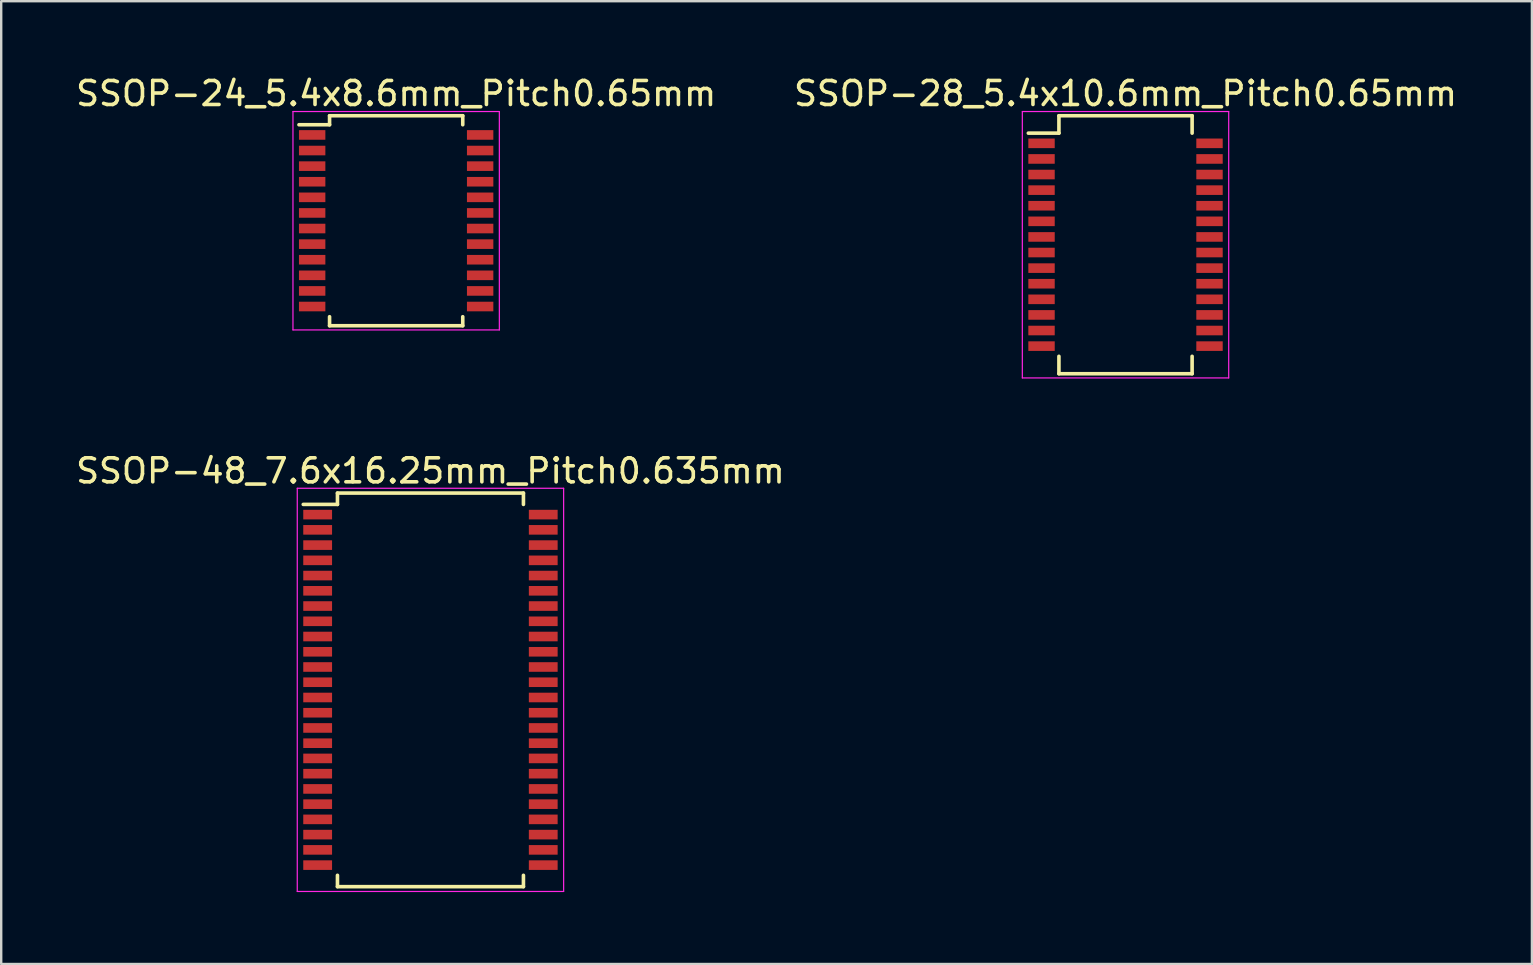
<source format=kicad_pcb>
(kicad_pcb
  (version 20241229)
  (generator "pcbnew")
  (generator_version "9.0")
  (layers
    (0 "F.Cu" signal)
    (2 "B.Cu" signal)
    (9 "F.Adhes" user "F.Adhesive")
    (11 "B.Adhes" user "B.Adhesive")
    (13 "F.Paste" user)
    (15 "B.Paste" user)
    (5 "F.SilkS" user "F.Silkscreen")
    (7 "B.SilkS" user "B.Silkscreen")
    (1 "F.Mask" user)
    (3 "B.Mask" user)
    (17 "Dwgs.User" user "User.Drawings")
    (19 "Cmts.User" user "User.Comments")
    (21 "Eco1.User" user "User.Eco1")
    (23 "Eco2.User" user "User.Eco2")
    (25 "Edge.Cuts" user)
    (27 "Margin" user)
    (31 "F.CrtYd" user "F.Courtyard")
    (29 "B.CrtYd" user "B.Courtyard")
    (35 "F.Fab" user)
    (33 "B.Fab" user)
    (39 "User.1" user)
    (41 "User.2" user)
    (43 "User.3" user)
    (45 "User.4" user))
  (footprint "SSOP-24_5.4x8.6mm_Pitch0.65mm"
    (layer "F.Cu")
    (at 13.458 6.148)
    (property "Reference" "SSOP-24_5.4x8.6mm_Pitch0.65mm" (at 0 -5.3 0) (layer "F.SilkS") (effects (font (size 1 1) (thickness 0.15))))
    (attr smd)
    (fp_line (start -2.775 -4.375) (end -2.775 -4) (stroke (width 0.15) (type solid)) (layer "F.SilkS"))
    (fp_line (start -2.775 -4.375) (end 2.775 -4.375) (stroke (width 0.15) (type solid)) (layer "F.SilkS"))
    (fp_line (start -2.775 -4) (end -4.05 -4) (stroke (width 0.15) (type solid)) (layer "F.SilkS"))
    (fp_line (start -2.775 4.375) (end -2.775 4) (stroke (width 0.15) (type solid)) (layer "F.SilkS"))
    (fp_line (start -2.775 4.375) (end 2.775 4.375) (stroke (width 0.15) (type solid)) (layer "F.SilkS"))
    (fp_line (start 2.775 -4.375) (end 2.775 -4) (stroke (width 0.15) (type solid)) (layer "F.SilkS"))
    (fp_line (start 2.775 4.375) (end 2.775 4) (stroke (width 0.15) (type solid)) (layer "F.SilkS"))
    (fp_line (start -4.3 -4.55) (end -4.3 4.55) (stroke (width 0.05) (type solid)) (layer "F.CrtYd"))
    (fp_line (start -4.3 -4.55) (end 4.3 -4.55) (stroke (width 0.05) (type solid)) (layer "F.CrtYd"))
    (fp_line (start -4.3 4.55) (end 4.3 4.55) (stroke (width 0.05) (type solid)) (layer "F.CrtYd"))
    (fp_line (start 4.3 -4.55) (end 4.3 4.55) (stroke (width 0.05) (type solid)) (layer "F.CrtYd"))
    (pad "1" smd rect (at -3.5 -3.575) (size 1.1 0.4) (layers "F.Cu" "F.Mask" "F.Paste"))
    (pad "2" smd rect (at -3.5 -2.925) (size 1.1 0.4) (layers "F.Cu" "F.Mask" "F.Paste"))
    (pad "3" smd rect (at -3.5 -2.275) (size 1.1 0.4) (layers "F.Cu" "F.Mask" "F.Paste"))
    (pad "4" smd rect (at -3.5 -1.625) (size 1.1 0.4) (layers "F.Cu" "F.Mask" "F.Paste"))
    (pad "5" smd rect (at -3.5 -0.975) (size 1.1 0.4) (layers "F.Cu" "F.Mask" "F.Paste"))
    (pad "6" smd rect (at -3.5 -0.325) (size 1.1 0.4) (layers "F.Cu" "F.Mask" "F.Paste"))
    (pad "7" smd rect (at -3.5 0.325) (size 1.1 0.4) (layers "F.Cu" "F.Mask" "F.Paste"))
    (pad "8" smd rect (at -3.5 0.975) (size 1.1 0.4) (layers "F.Cu" "F.Mask" "F.Paste"))
    (pad "9" smd rect (at -3.5 1.625) (size 1.1 0.4) (layers "F.Cu" "F.Mask" "F.Paste"))
    (pad "10" smd rect (at -3.5 2.275) (size 1.1 0.4) (layers "F.Cu" "F.Mask" "F.Paste"))
    (pad "11" smd rect (at -3.5 2.925) (size 1.1 0.4) (layers "F.Cu" "F.Mask" "F.Paste"))
    (pad "12" smd rect (at -3.5 3.575) (size 1.1 0.4) (layers "F.Cu" "F.Mask" "F.Paste"))
    (pad "13" smd rect (at 3.5 3.575) (size 1.1 0.4) (layers "F.Cu" "F.Mask" "F.Paste"))
    (pad "14" smd rect (at 3.5 2.925) (size 1.1 0.4) (layers "F.Cu" "F.Mask" "F.Paste"))
    (pad "15" smd rect (at 3.5 2.275) (size 1.1 0.4) (layers "F.Cu" "F.Mask" "F.Paste"))
    (pad "16" smd rect (at 3.5 1.625) (size 1.1 0.4) (layers "F.Cu" "F.Mask" "F.Paste"))
    (pad "17" smd rect (at 3.5 0.975) (size 1.1 0.4) (layers "F.Cu" "F.Mask" "F.Paste"))
    (pad "18" smd rect (at 3.5 0.325) (size 1.1 0.4) (layers "F.Cu" "F.Mask" "F.Paste"))
    (pad "19" smd rect (at 3.5 -0.325) (size 1.1 0.4) (layers "F.Cu" "F.Mask" "F.Paste"))
    (pad "20" smd rect (at 3.5 -0.975) (size 1.1 0.4) (layers "F.Cu" "F.Mask" "F.Paste"))
    (pad "21" smd rect (at 3.5 -1.625) (size 1.1 0.4) (layers "F.Cu" "F.Mask" "F.Paste"))
    (pad "22" smd rect (at 3.5 -2.275) (size 1.1 0.4) (layers "F.Cu" "F.Mask" "F.Paste"))
    (pad "23" smd rect (at 3.5 -2.925) (size 1.1 0.4) (layers "F.Cu" "F.Mask" "F.Paste"))
    (pad "24" smd rect (at 3.5 -3.575) (size 1.1 0.4) (layers "F.Cu" "F.Mask" "F.Paste")))
  (footprint "SSOP-28_5.4x10.6mm_Pitch0.65mm"
    (layer "F.Cu")
    (at 43.851 7.148)
    (property "Reference" "SSOP-28_5.4x10.6mm_Pitch0.65mm" (at 0 -6.3 0) (layer "F.SilkS") (effects (font (size 1 1) (thickness 0.15))))
    (attr smd)
    (fp_line (start -2.775 -5.375) (end -2.775 -4.65) (stroke (width 0.15) (type solid)) (layer "F.SilkS"))
    (fp_line (start -2.775 -5.375) (end 2.775 -5.375) (stroke (width 0.15) (type solid)) (layer "F.SilkS"))
    (fp_line (start -2.775 -4.65) (end -4.05 -4.65) (stroke (width 0.15) (type solid)) (layer "F.SilkS"))
    (fp_line (start -2.775 5.375) (end -2.775 4.65) (stroke (width 0.15) (type solid)) (layer "F.SilkS"))
    (fp_line (start -2.775 5.375) (end 2.775 5.375) (stroke (width 0.15) (type solid)) (layer "F.SilkS"))
    (fp_line (start 2.775 -5.375) (end 2.775 -4.65) (stroke (width 0.15) (type solid)) (layer "F.SilkS"))
    (fp_line (start 2.775 5.375) (end 2.775 4.65) (stroke (width 0.15) (type solid)) (layer "F.SilkS"))
    (fp_line (start -4.3 -5.55) (end -4.3 5.55) (stroke (width 0.05) (type solid)) (layer "F.CrtYd"))
    (fp_line (start -4.3 -5.55) (end 4.3 -5.55) (stroke (width 0.05) (type solid)) (layer "F.CrtYd"))
    (fp_line (start -4.3 5.55) (end 4.3 5.55) (stroke (width 0.05) (type solid)) (layer "F.CrtYd"))
    (fp_line (start 4.3 -5.55) (end 4.3 5.55) (stroke (width 0.05) (type solid)) (layer "F.CrtYd"))
    (pad "1" smd rect (at -3.5 -4.225) (size 1.1 0.4) (layers "F.Cu" "F.Mask" "F.Paste"))
    (pad "2" smd rect (at -3.5 -3.575) (size 1.1 0.4) (layers "F.Cu" "F.Mask" "F.Paste"))
    (pad "3" smd rect (at -3.5 -2.925) (size 1.1 0.4) (layers "F.Cu" "F.Mask" "F.Paste"))
    (pad "4" smd rect (at -3.5 -2.275) (size 1.1 0.4) (layers "F.Cu" "F.Mask" "F.Paste"))
    (pad "5" smd rect (at -3.5 -1.625) (size 1.1 0.4) (layers "F.Cu" "F.Mask" "F.Paste"))
    (pad "6" smd rect (at -3.5 -0.975) (size 1.1 0.4) (layers "F.Cu" "F.Mask" "F.Paste"))
    (pad "7" smd rect (at -3.5 -0.325) (size 1.1 0.4) (layers "F.Cu" "F.Mask" "F.Paste"))
    (pad "8" smd rect (at -3.5 0.325) (size 1.1 0.4) (layers "F.Cu" "F.Mask" "F.Paste"))
    (pad "9" smd rect (at -3.5 0.975) (size 1.1 0.4) (layers "F.Cu" "F.Mask" "F.Paste"))
    (pad "10" smd rect (at -3.5 1.625) (size 1.1 0.4) (layers "F.Cu" "F.Mask" "F.Paste"))
    (pad "11" smd rect (at -3.5 2.275) (size 1.1 0.4) (layers "F.Cu" "F.Mask" "F.Paste"))
    (pad "12" smd rect (at -3.5 2.925) (size 1.1 0.4) (layers "F.Cu" "F.Mask" "F.Paste"))
    (pad "13" smd rect (at -3.5 3.575) (size 1.1 0.4) (layers "F.Cu" "F.Mask" "F.Paste"))
    (pad "14" smd rect (at -3.5 4.225) (size 1.1 0.4) (layers "F.Cu" "F.Mask" "F.Paste"))
    (pad "15" smd rect (at 3.5 4.225) (size 1.1 0.4) (layers "F.Cu" "F.Mask" "F.Paste"))
    (pad "16" smd rect (at 3.5 3.575) (size 1.1 0.4) (layers "F.Cu" "F.Mask" "F.Paste"))
    (pad "17" smd rect (at 3.5 2.925) (size 1.1 0.4) (layers "F.Cu" "F.Mask" "F.Paste"))
    (pad "18" smd rect (at 3.5 2.275) (size 1.1 0.4) (layers "F.Cu" "F.Mask" "F.Paste"))
    (pad "19" smd rect (at 3.5 1.625) (size 1.1 0.4) (layers "F.Cu" "F.Mask" "F.Paste"))
    (pad "20" smd rect (at 3.5 0.975) (size 1.1 0.4) (layers "F.Cu" "F.Mask" "F.Paste"))
    (pad "21" smd rect (at 3.5 0.325) (size 1.1 0.4) (layers "F.Cu" "F.Mask" "F.Paste"))
    (pad "22" smd rect (at 3.5 -0.325) (size 1.1 0.4) (layers "F.Cu" "F.Mask" "F.Paste"))
    (pad "23" smd rect (at 3.5 -0.975) (size 1.1 0.4) (layers "F.Cu" "F.Mask" "F.Paste"))
    (pad "24" smd rect (at 3.5 -1.625) (size 1.1 0.4) (layers "F.Cu" "F.Mask" "F.Paste"))
    (pad "25" smd rect (at 3.5 -2.275) (size 1.1 0.4) (layers "F.Cu" "F.Mask" "F.Paste"))
    (pad "26" smd rect (at 3.5 -2.925) (size 1.1 0.4) (layers "F.Cu" "F.Mask" "F.Paste"))
    (pad "27" smd rect (at 3.5 -3.575) (size 1.1 0.4) (layers "F.Cu" "F.Mask" "F.Paste"))
    (pad "28" smd rect (at 3.5 -4.225) (size 1.1 0.4) (layers "F.Cu" "F.Mask" "F.Paste")))
  (footprint "SSOP-48_7.6x16.25mm_Pitch0.635mm"
    (layer "F.Cu")
    (at 14.887 25.697)
    (property "Reference" "SSOP-48_7.6x16.25mm_Pitch0.635mm" (at 0 -9.125 0) (layer "F.SilkS") (effects (font (size 1 1) (thickness 0.15))))
    (attr smd)
    (fp_line (start -3.875 -8.2) (end -3.875 -7.728) (stroke (width 0.15) (type solid)) (layer "F.SilkS"))
    (fp_line (start -3.875 -8.2) (end 3.875 -8.2) (stroke (width 0.15) (type solid)) (layer "F.SilkS"))
    (fp_line (start -3.875 -7.728) (end -5.3 -7.728) (stroke (width 0.15) (type solid)) (layer "F.SilkS"))
    (fp_line (start -3.875 8.2) (end -3.875 7.728) (stroke (width 0.15) (type solid)) (layer "F.SilkS"))
    (fp_line (start -3.875 8.2) (end 3.875 8.2) (stroke (width 0.15) (type solid)) (layer "F.SilkS"))
    (fp_line (start 3.875 -8.2) (end 3.875 -7.728) (stroke (width 0.15) (type solid)) (layer "F.SilkS"))
    (fp_line (start 3.875 8.2) (end 3.875 7.728) (stroke (width 0.15) (type solid)) (layer "F.SilkS"))
    (fp_line (start -5.55 -8.4) (end -5.55 8.4) (stroke (width 0.05) (type solid)) (layer "F.CrtYd"))
    (fp_line (start -5.55 -8.4) (end 5.55 -8.4) (stroke (width 0.05) (type solid)) (layer "F.CrtYd"))
    (fp_line (start -5.55 8.4) (end 5.55 8.4) (stroke (width 0.05) (type solid)) (layer "F.CrtYd"))
    (fp_line (start 5.55 -8.4) (end 5.55 8.4) (stroke (width 0.05) (type solid)) (layer "F.CrtYd"))
    (pad "1" smd rect (at -4.7 -7.303) (size 1.2 0.4) (layers "F.Cu" "F.Mask" "F.Paste"))
    (pad "2" smd rect (at -4.7 -6.668) (size 1.2 0.4) (layers "F.Cu" "F.Mask" "F.Paste"))
    (pad "3" smd rect (at -4.7 -6.032) (size 1.2 0.4) (layers "F.Cu" "F.Mask" "F.Paste"))
    (pad "4" smd rect (at -4.7 -5.397) (size 1.2 0.4) (layers "F.Cu" "F.Mask" "F.Paste"))
    (pad "5" smd rect (at -4.7 -4.763) (size 1.2 0.4) (layers "F.Cu" "F.Mask" "F.Paste"))
    (pad "6" smd rect (at -4.7 -4.128) (size 1.2 0.4) (layers "F.Cu" "F.Mask" "F.Paste"))
    (pad "7" smd rect (at -4.7 -3.493) (size 1.2 0.4) (layers "F.Cu" "F.Mask" "F.Paste"))
    (pad "8" smd rect (at -4.7 -2.857) (size 1.2 0.4) (layers "F.Cu" "F.Mask" "F.Paste"))
    (pad "9" smd rect (at -4.7 -2.223) (size 1.2 0.4) (layers "F.Cu" "F.Mask" "F.Paste"))
    (pad "10" smd rect (at -4.7 -1.587) (size 1.2 0.4) (layers "F.Cu" "F.Mask" "F.Paste"))
    (pad "11" smd rect (at -4.7 -0.953) (size 1.2 0.4) (layers "F.Cu" "F.Mask" "F.Paste"))
    (pad "12" smd rect (at -4.7 -0.318) (size 1.2 0.4) (layers "F.Cu" "F.Mask" "F.Paste"))
    (pad "13" smd rect (at -4.7 0.318) (size 1.2 0.4) (layers "F.Cu" "F.Mask" "F.Paste"))
    (pad "14" smd rect (at -4.7 0.953) (size 1.2 0.4) (layers "F.Cu" "F.Mask" "F.Paste"))
    (pad "15" smd rect (at -4.7 1.587) (size 1.2 0.4) (layers "F.Cu" "F.Mask" "F.Paste"))
    (pad "16" smd rect (at -4.7 2.223) (size 1.2 0.4) (layers "F.Cu" "F.Mask" "F.Paste"))
    (pad "17" smd rect (at -4.7 2.857) (size 1.2 0.4) (layers "F.Cu" "F.Mask" "F.Paste"))
    (pad "18" smd rect (at -4.7 3.493) (size 1.2 0.4) (layers "F.Cu" "F.Mask" "F.Paste"))
    (pad "19" smd rect (at -4.7 4.128) (size 1.2 0.4) (layers "F.Cu" "F.Mask" "F.Paste"))
    (pad "20" smd rect (at -4.7 4.763) (size 1.2 0.4) (layers "F.Cu" "F.Mask" "F.Paste"))
    (pad "21" smd rect (at -4.7 5.397) (size 1.2 0.4) (layers "F.Cu" "F.Mask" "F.Paste"))
    (pad "22" smd rect (at -4.7 6.032) (size 1.2 0.4) (layers "F.Cu" "F.Mask" "F.Paste"))
    (pad "23" smd rect (at -4.7 6.668) (size 1.2 0.4) (layers "F.Cu" "F.Mask" "F.Paste"))
    (pad "24" smd rect (at -4.7 7.303) (size 1.2 0.4) (layers "F.Cu" "F.Mask" "F.Paste"))
    (pad "25" smd rect (at 4.7 7.303) (size 1.2 0.4) (layers "F.Cu" "F.Mask" "F.Paste"))
    (pad "26" smd rect (at 4.7 6.668) (size 1.2 0.4) (layers "F.Cu" "F.Mask" "F.Paste"))
    (pad "27" smd rect (at 4.7 6.032) (size 1.2 0.4) (layers "F.Cu" "F.Mask" "F.Paste"))
    (pad "28" smd rect (at 4.7 5.397) (size 1.2 0.4) (layers "F.Cu" "F.Mask" "F.Paste"))
    (pad "29" smd rect (at 4.7 4.763) (size 1.2 0.4) (layers "F.Cu" "F.Mask" "F.Paste"))
    (pad "30" smd rect (at 4.7 4.128) (size 1.2 0.4) (layers "F.Cu" "F.Mask" "F.Paste"))
    (pad "31" smd rect (at 4.7 3.493) (size 1.2 0.4) (layers "F.Cu" "F.Mask" "F.Paste"))
    (pad "32" smd rect (at 4.7 2.857) (size 1.2 0.4) (layers "F.Cu" "F.Mask" "F.Paste"))
    (pad "33" smd rect (at 4.7 2.223) (size 1.2 0.4) (layers "F.Cu" "F.Mask" "F.Paste"))
    (pad "34" smd rect (at 4.7 1.587) (size 1.2 0.4) (layers "F.Cu" "F.Mask" "F.Paste"))
    (pad "35" smd rect (at 4.7 0.953) (size 1.2 0.4) (layers "F.Cu" "F.Mask" "F.Paste"))
    (pad "36" smd rect (at 4.7 0.318) (size 1.2 0.4) (layers "F.Cu" "F.Mask" "F.Paste"))
    (pad "37" smd rect (at 4.7 -0.318) (size 1.2 0.4) (layers "F.Cu" "F.Mask" "F.Paste"))
    (pad "38" smd rect (at 4.7 -0.953) (size 1.2 0.4) (layers "F.Cu" "F.Mask" "F.Paste"))
    (pad "39" smd rect (at 4.7 -1.587) (size 1.2 0.4) (layers "F.Cu" "F.Mask" "F.Paste"))
    (pad "40" smd rect (at 4.7 -2.223) (size 1.2 0.4) (layers "F.Cu" "F.Mask" "F.Paste"))
    (pad "41" smd rect (at 4.7 -2.857) (size 1.2 0.4) (layers "F.Cu" "F.Mask" "F.Paste"))
    (pad "42" smd rect (at 4.7 -3.493) (size 1.2 0.4) (layers "F.Cu" "F.Mask" "F.Paste"))
    (pad "43" smd rect (at 4.7 -4.128) (size 1.2 0.4) (layers "F.Cu" "F.Mask" "F.Paste"))
    (pad "44" smd rect (at 4.7 -4.763) (size 1.2 0.4) (layers "F.Cu" "F.Mask" "F.Paste"))
    (pad "45" smd rect (at 4.7 -5.397) (size 1.2 0.4) (layers "F.Cu" "F.Mask" "F.Paste"))
    (pad "46" smd rect (at 4.7 -6.032) (size 1.2 0.4) (layers "F.Cu" "F.Mask" "F.Paste"))
    (pad "47" smd rect (at 4.7 -6.668) (size 1.2 0.4) (layers "F.Cu" "F.Mask" "F.Paste"))
    (pad "48" smd rect (at 4.7 -7.303) (size 1.2 0.4) (layers "F.Cu" "F.Mask" "F.Paste")))
  (gr_rect
    (start -3 -3)
    (end 60.786 37.121)
    (stroke (width 0.1) (type default))
    (fill no)
    (layer "Edge.Cuts")))
</source>
